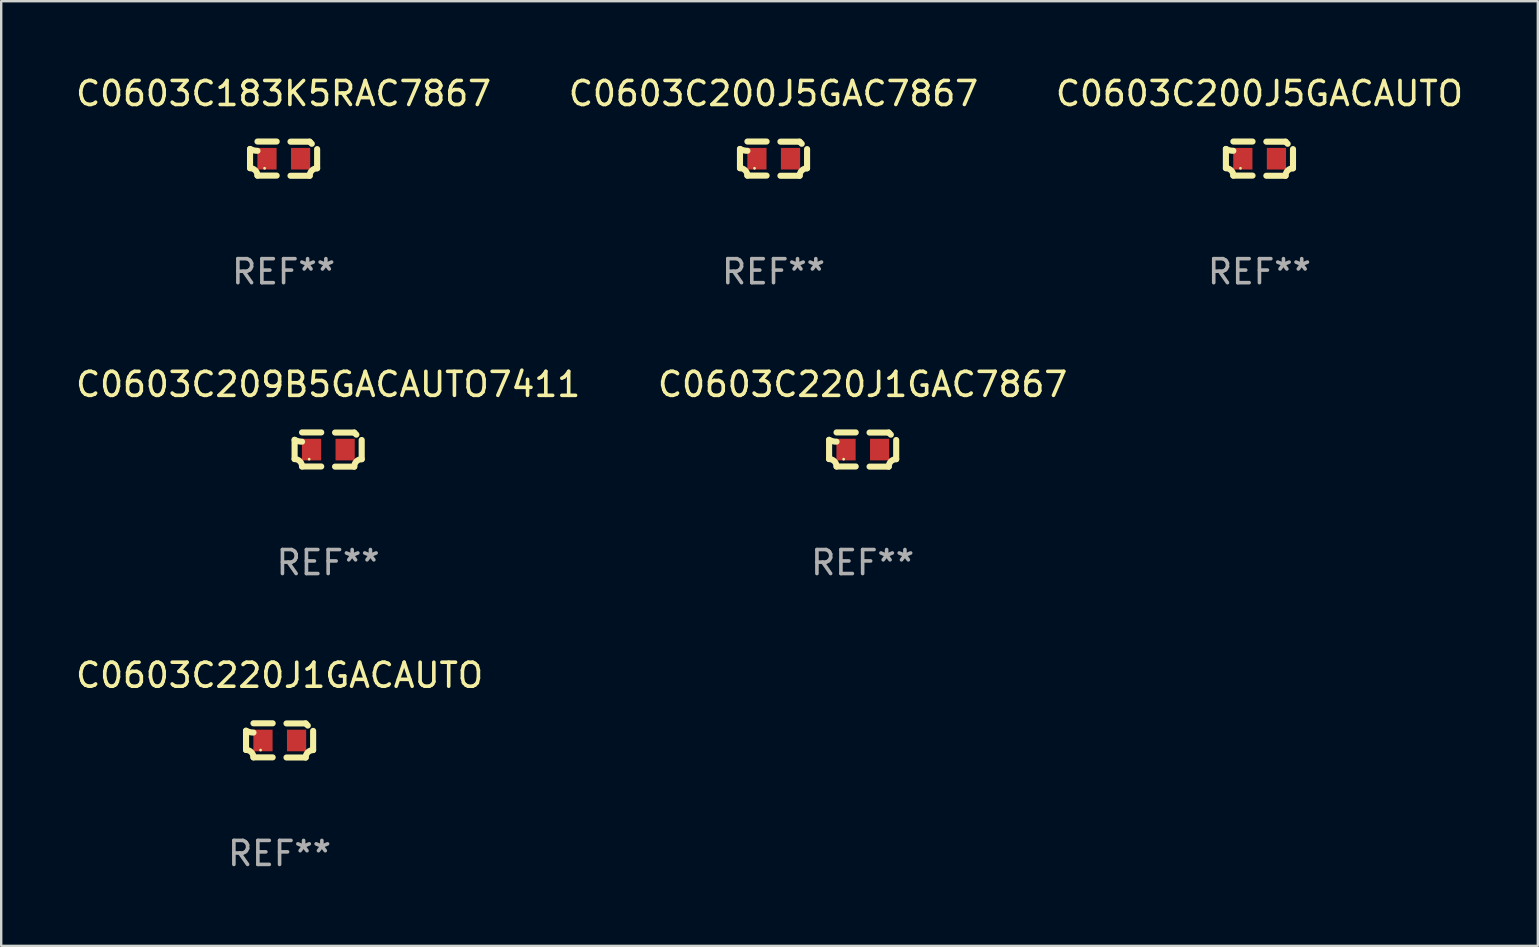
<source format=kicad_pcb>
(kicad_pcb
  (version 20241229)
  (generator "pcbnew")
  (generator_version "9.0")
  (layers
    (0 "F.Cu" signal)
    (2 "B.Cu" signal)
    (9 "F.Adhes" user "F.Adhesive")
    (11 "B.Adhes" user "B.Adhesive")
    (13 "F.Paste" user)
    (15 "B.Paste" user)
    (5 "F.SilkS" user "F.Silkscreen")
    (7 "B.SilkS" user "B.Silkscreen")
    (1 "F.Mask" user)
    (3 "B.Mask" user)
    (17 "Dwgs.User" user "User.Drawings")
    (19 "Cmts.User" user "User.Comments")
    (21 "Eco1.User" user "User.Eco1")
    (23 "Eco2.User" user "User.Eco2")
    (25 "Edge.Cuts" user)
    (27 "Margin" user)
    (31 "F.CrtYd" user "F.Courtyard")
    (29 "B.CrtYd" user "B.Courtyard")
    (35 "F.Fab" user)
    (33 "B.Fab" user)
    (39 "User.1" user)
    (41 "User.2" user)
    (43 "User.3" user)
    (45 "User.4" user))
  (footprint "C0603C200J5GACAUTO"
    (layer "F.Cu")
    (at 49.435 3.561)
    (property "Reference" "C0603C200J5GACAUTO" (at 0 -2.713 0) (layer "F.SilkS") (effects (font (size 1 1) (thickness 0.15))))
    (attr through_hole)
    (fp_line (start -1.398 -0.403) (end -1.398 0.397) (stroke (width 0.254) (type solid)) (layer "F.SilkS"))
    (fp_line (start -0.288 -0.713) (end -1.088 -0.713) (stroke (width 0.254) (type solid)) (layer "F.SilkS"))
    (fp_line (start -0.288 0.707) (end -1.088 0.707) (stroke (width 0.254) (type solid)) (layer "F.SilkS"))
    (fp_line (start 0.288 -0.707) (end 1.088 -0.707) (stroke (width 0.254) (type solid)) (layer "F.SilkS"))
    (fp_line (start 0.288 0.713) (end 1.088 0.713) (stroke (width 0.254) (type solid)) (layer "F.SilkS"))
    (fp_line (start 1.398 -0.397) (end 1.398 0.403) (stroke (width 0.254) (type solid)) (layer "F.SilkS"))
    (fp_arc (start -1.397789 0.397066) (mid -1.178701 0.487826) (end -1.08796 0.706922) (stroke (width 0.254001) (type solid)) (layer "F.SilkS"))
    (fp_arc (start -1.08796 -0.327176) (mid -1.247436 -0.346384) (end -1.39779 -0.402908) (stroke (width 0.254001) (type solid)) (layer "F.SilkS"))
    (fp_arc (start 1.087909 0.712738) (mid 1.178656 0.493655) (end 1.397739 0.402908) (stroke (width 0.254001) (type solid)) (layer "F.SilkS"))
    (fp_arc (start 1.175925 -0.618926) (mid 1.131917 -0.662923) (end 1.08791 -0.706922) (stroke (width 0.254001) (type solid)) (layer "F.SilkS"))
    (fp_circle (center -0.792 0.403) (end -0.762 0.403) (stroke (width 0.06) (type solid)) (fill no) (layer "F.SilkS"))
    (fp_text user "REF**" (at 0 4.713 0) (layer "F.Fab") (effects (font (size 1 1) (thickness 0.15))))
    (pad "1" smd rect (at -0.692 0.003) (size 0.8 0.9) (layers "F.Cu" "F.Mask" "F.Paste"))
    (pad "2" smd rect (at 0.708 0.003) (size 0.8 0.9) (layers "F.Cu" "F.Mask" "F.Paste")))
  (footprint "C0603C183K5RAC7867"
    (layer "F.Cu")
    (at 8.768 3.561)
    (property "Reference" "C0603C183K5RAC7867" (at 0 -2.713 0) (layer "F.SilkS") (effects (font (size 1 1) (thickness 0.15))))
    (attr through_hole)
    (fp_line (start -1.398 -0.403) (end -1.398 0.397) (stroke (width 0.254) (type solid)) (layer "F.SilkS"))
    (fp_line (start -0.288 -0.713) (end -1.088 -0.713) (stroke (width 0.254) (type solid)) (layer "F.SilkS"))
    (fp_line (start -0.288 0.707) (end -1.088 0.707) (stroke (width 0.254) (type solid)) (layer "F.SilkS"))
    (fp_line (start 0.288 -0.707) (end 1.088 -0.707) (stroke (width 0.254) (type solid)) (layer "F.SilkS"))
    (fp_line (start 0.288 0.713) (end 1.088 0.713) (stroke (width 0.254) (type solid)) (layer "F.SilkS"))
    (fp_line (start 1.398 -0.397) (end 1.398 0.403) (stroke (width 0.254) (type solid)) (layer "F.SilkS"))
    (fp_arc (start -1.397789 0.397066) (mid -1.178701 0.487826) (end -1.08796 0.706922) (stroke (width 0.254001) (type solid)) (layer "F.SilkS"))
    (fp_arc (start -1.08796 -0.327176) (mid -1.247436 -0.346384) (end -1.39779 -0.402908) (stroke (width 0.254001) (type solid)) (layer "F.SilkS"))
    (fp_arc (start 1.087909 0.712738) (mid 1.178656 0.493655) (end 1.397739 0.402908) (stroke (width 0.254001) (type solid)) (layer "F.SilkS"))
    (fp_arc (start 1.175925 -0.618926) (mid 1.131917 -0.662923) (end 1.08791 -0.706922) (stroke (width 0.254001) (type solid)) (layer "F.SilkS"))
    (fp_circle (center -0.792 0.403) (end -0.762 0.403) (stroke (width 0.06) (type solid)) (fill no) (layer "F.SilkS"))
    (fp_text user "REF**" (at 0 4.713 0) (layer "F.Fab") (effects (font (size 1 1) (thickness 0.15))))
    (pad "1" smd rect (at -0.692 0.003) (size 0.8 0.9) (layers "F.Cu" "F.Mask" "F.Paste"))
    (pad "2" smd rect (at 0.708 0.003) (size 0.8 0.9) (layers "F.Cu" "F.Mask" "F.Paste")))
  (footprint "C0603C200J5GAC7867"
    (layer "F.Cu")
    (at 29.185 3.561)
    (property "Reference" "C0603C200J5GAC7867" (at 0 -2.713 0) (layer "F.SilkS") (effects (font (size 1 1) (thickness 0.15))))
    (attr through_hole)
    (fp_line (start -1.398 -0.403) (end -1.398 0.397) (stroke (width 0.254) (type solid)) (layer "F.SilkS"))
    (fp_line (start -0.288 -0.713) (end -1.088 -0.713) (stroke (width 0.254) (type solid)) (layer "F.SilkS"))
    (fp_line (start -0.288 0.707) (end -1.088 0.707) (stroke (width 0.254) (type solid)) (layer "F.SilkS"))
    (fp_line (start 0.288 -0.707) (end 1.088 -0.707) (stroke (width 0.254) (type solid)) (layer "F.SilkS"))
    (fp_line (start 0.288 0.713) (end 1.088 0.713) (stroke (width 0.254) (type solid)) (layer "F.SilkS"))
    (fp_line (start 1.398 -0.397) (end 1.398 0.403) (stroke (width 0.254) (type solid)) (layer "F.SilkS"))
    (fp_arc (start -1.397789 0.397066) (mid -1.178701 0.487826) (end -1.08796 0.706922) (stroke (width 0.254001) (type solid)) (layer "F.SilkS"))
    (fp_arc (start -1.08796 -0.327176) (mid -1.247436 -0.346384) (end -1.39779 -0.402908) (stroke (width 0.254001) (type solid)) (layer "F.SilkS"))
    (fp_arc (start 1.087909 0.712738) (mid 1.178656 0.493655) (end 1.397739 0.402908) (stroke (width 0.254001) (type solid)) (layer "F.SilkS"))
    (fp_arc (start 1.175925 -0.618926) (mid 1.131917 -0.662923) (end 1.08791 -0.706922) (stroke (width 0.254001) (type solid)) (layer "F.SilkS"))
    (fp_circle (center -0.792 0.403) (end -0.762 0.403) (stroke (width 0.06) (type solid)) (fill no) (layer "F.SilkS"))
    (fp_text user "REF**" (at 0 4.713 0) (layer "F.Fab") (effects (font (size 1 1) (thickness 0.15))))
    (pad "1" smd rect (at -0.692 0.003) (size 0.8 0.9) (layers "F.Cu" "F.Mask" "F.Paste"))
    (pad "2" smd rect (at 0.708 0.003) (size 0.8 0.9) (layers "F.Cu" "F.Mask" "F.Paste")))
  (footprint "C0603C209B5GACAUTO7411"
    (layer "F.Cu")
    (at 10.625 15.683)
    (property "Reference" "C0603C209B5GACAUTO7411" (at 0 -2.713 0) (layer "F.SilkS") (effects (font (size 1 1) (thickness 0.15))))
    (attr through_hole)
    (fp_line (start -1.398 -0.403) (end -1.398 0.397) (stroke (width 0.254) (type solid)) (layer "F.SilkS"))
    (fp_line (start -0.288 -0.713) (end -1.088 -0.713) (stroke (width 0.254) (type solid)) (layer "F.SilkS"))
    (fp_line (start -0.288 0.707) (end -1.088 0.707) (stroke (width 0.254) (type solid)) (layer "F.SilkS"))
    (fp_line (start 0.288 -0.707) (end 1.088 -0.707) (stroke (width 0.254) (type solid)) (layer "F.SilkS"))
    (fp_line (start 0.288 0.713) (end 1.088 0.713) (stroke (width 0.254) (type solid)) (layer "F.SilkS"))
    (fp_line (start 1.398 -0.397) (end 1.398 0.403) (stroke (width 0.254) (type solid)) (layer "F.SilkS"))
    (fp_arc (start -1.397789 0.397066) (mid -1.178701 0.487826) (end -1.08796 0.706922) (stroke (width 0.254001) (type solid)) (layer "F.SilkS"))
    (fp_arc (start -1.08796 -0.327176) (mid -1.247436 -0.346384) (end -1.39779 -0.402908) (stroke (width 0.254001) (type solid)) (layer "F.SilkS"))
    (fp_arc (start 1.087909 0.712738) (mid 1.178656 0.493655) (end 1.397739 0.402908) (stroke (width 0.254001) (type solid)) (layer "F.SilkS"))
    (fp_arc (start 1.175925 -0.618926) (mid 1.131917 -0.662923) (end 1.08791 -0.706922) (stroke (width 0.254001) (type solid)) (layer "F.SilkS"))
    (fp_circle (center -0.792 0.403) (end -0.762 0.403) (stroke (width 0.06) (type solid)) (fill no) (layer "F.SilkS"))
    (fp_text user "REF**" (at 0 4.713 0) (layer "F.Fab") (effects (font (size 1 1) (thickness 0.15))))
    (pad "1" smd rect (at -0.692 0.003) (size 0.8 0.9) (layers "F.Cu" "F.Mask" "F.Paste"))
    (pad "2" smd rect (at 0.708 0.003) (size 0.8 0.9) (layers "F.Cu" "F.Mask" "F.Paste")))
  (footprint "C0603C220J1GACAUTO"
    (layer "F.Cu")
    (at 8.601 27.805)
    (property "Reference" "C0603C220J1GACAUTO" (at 0 -2.713 0) (layer "F.SilkS") (effects (font (size 1 1) (thickness 0.15))))
    (attr through_hole)
    (fp_line (start -1.398 -0.403) (end -1.398 0.397) (stroke (width 0.254) (type solid)) (layer "F.SilkS"))
    (fp_line (start -0.288 -0.713) (end -1.088 -0.713) (stroke (width 0.254) (type solid)) (layer "F.SilkS"))
    (fp_line (start -0.288 0.707) (end -1.088 0.707) (stroke (width 0.254) (type solid)) (layer "F.SilkS"))
    (fp_line (start 0.288 -0.707) (end 1.088 -0.707) (stroke (width 0.254) (type solid)) (layer "F.SilkS"))
    (fp_line (start 0.288 0.713) (end 1.088 0.713) (stroke (width 0.254) (type solid)) (layer "F.SilkS"))
    (fp_line (start 1.398 -0.397) (end 1.398 0.403) (stroke (width 0.254) (type solid)) (layer "F.SilkS"))
    (fp_arc (start -1.397789 0.397066) (mid -1.178701 0.487826) (end -1.08796 0.706922) (stroke (width 0.254001) (type solid)) (layer "F.SilkS"))
    (fp_arc (start -1.08796 -0.327176) (mid -1.247436 -0.346384) (end -1.39779 -0.402908) (stroke (width 0.254001) (type solid)) (layer "F.SilkS"))
    (fp_arc (start 1.087909 0.712738) (mid 1.178656 0.493655) (end 1.397739 0.402908) (stroke (width 0.254001) (type solid)) (layer "F.SilkS"))
    (fp_arc (start 1.175925 -0.618926) (mid 1.131917 -0.662923) (end 1.08791 -0.706922) (stroke (width 0.254001) (type solid)) (layer "F.SilkS"))
    (fp_circle (center -0.792 0.403) (end -0.762 0.403) (stroke (width 0.06) (type solid)) (fill no) (layer "F.SilkS"))
    (fp_text user "REF**" (at 0 4.713 0) (layer "F.Fab") (effects (font (size 1 1) (thickness 0.15))))
    (pad "1" smd rect (at -0.692 0.003) (size 0.8 0.9) (layers "F.Cu" "F.Mask" "F.Paste"))
    (pad "2" smd rect (at 0.708 0.003) (size 0.8 0.9) (layers "F.Cu" "F.Mask" "F.Paste")))
  (footprint "C0603C220J1GAC7867"
    (layer "F.Cu")
    (at 32.899 15.683)
    (property "Reference" "C0603C220J1GAC7867" (at 0 -2.713 0) (layer "F.SilkS") (effects (font (size 1 1) (thickness 0.15))))
    (attr through_hole)
    (fp_line (start -1.398 -0.403) (end -1.398 0.397) (stroke (width 0.254) (type solid)) (layer "F.SilkS"))
    (fp_line (start -0.288 -0.713) (end -1.088 -0.713) (stroke (width 0.254) (type solid)) (layer "F.SilkS"))
    (fp_line (start -0.288 0.707) (end -1.088 0.707) (stroke (width 0.254) (type solid)) (layer "F.SilkS"))
    (fp_line (start 0.288 -0.707) (end 1.088 -0.707) (stroke (width 0.254) (type solid)) (layer "F.SilkS"))
    (fp_line (start 0.288 0.713) (end 1.088 0.713) (stroke (width 0.254) (type solid)) (layer "F.SilkS"))
    (fp_line (start 1.398 -0.397) (end 1.398 0.403) (stroke (width 0.254) (type solid)) (layer "F.SilkS"))
    (fp_arc (start -1.397789 0.397066) (mid -1.178701 0.487826) (end -1.08796 0.706922) (stroke (width 0.254001) (type solid)) (layer "F.SilkS"))
    (fp_arc (start -1.08796 -0.327176) (mid -1.247436 -0.346384) (end -1.39779 -0.402908) (stroke (width 0.254001) (type solid)) (layer "F.SilkS"))
    (fp_arc (start 1.087909 0.712738) (mid 1.178656 0.493655) (end 1.397739 0.402908) (stroke (width 0.254001) (type solid)) (layer "F.SilkS"))
    (fp_arc (start 1.175925 -0.618926) (mid 1.131917 -0.662923) (end 1.08791 -0.706922) (stroke (width 0.254001) (type solid)) (layer "F.SilkS"))
    (fp_circle (center -0.792 0.403) (end -0.762 0.403) (stroke (width 0.06) (type solid)) (fill no) (layer "F.SilkS"))
    (fp_text user "REF**" (at 0 4.713 0) (layer "F.Fab") (effects (font (size 1 1) (thickness 0.15))))
    (pad "1" smd rect (at -0.692 0.003) (size 0.8 0.9) (layers "F.Cu" "F.Mask" "F.Paste"))
    (pad "2" smd rect (at 0.708 0.003) (size 0.8 0.9) (layers "F.Cu" "F.Mask" "F.Paste")))
  (gr_rect
    (start -3 -3)
    (end 61.036 36.366)
    (stroke (width 0.1) (type default))
    (fill no)
    (layer "Edge.Cuts")))
</source>
